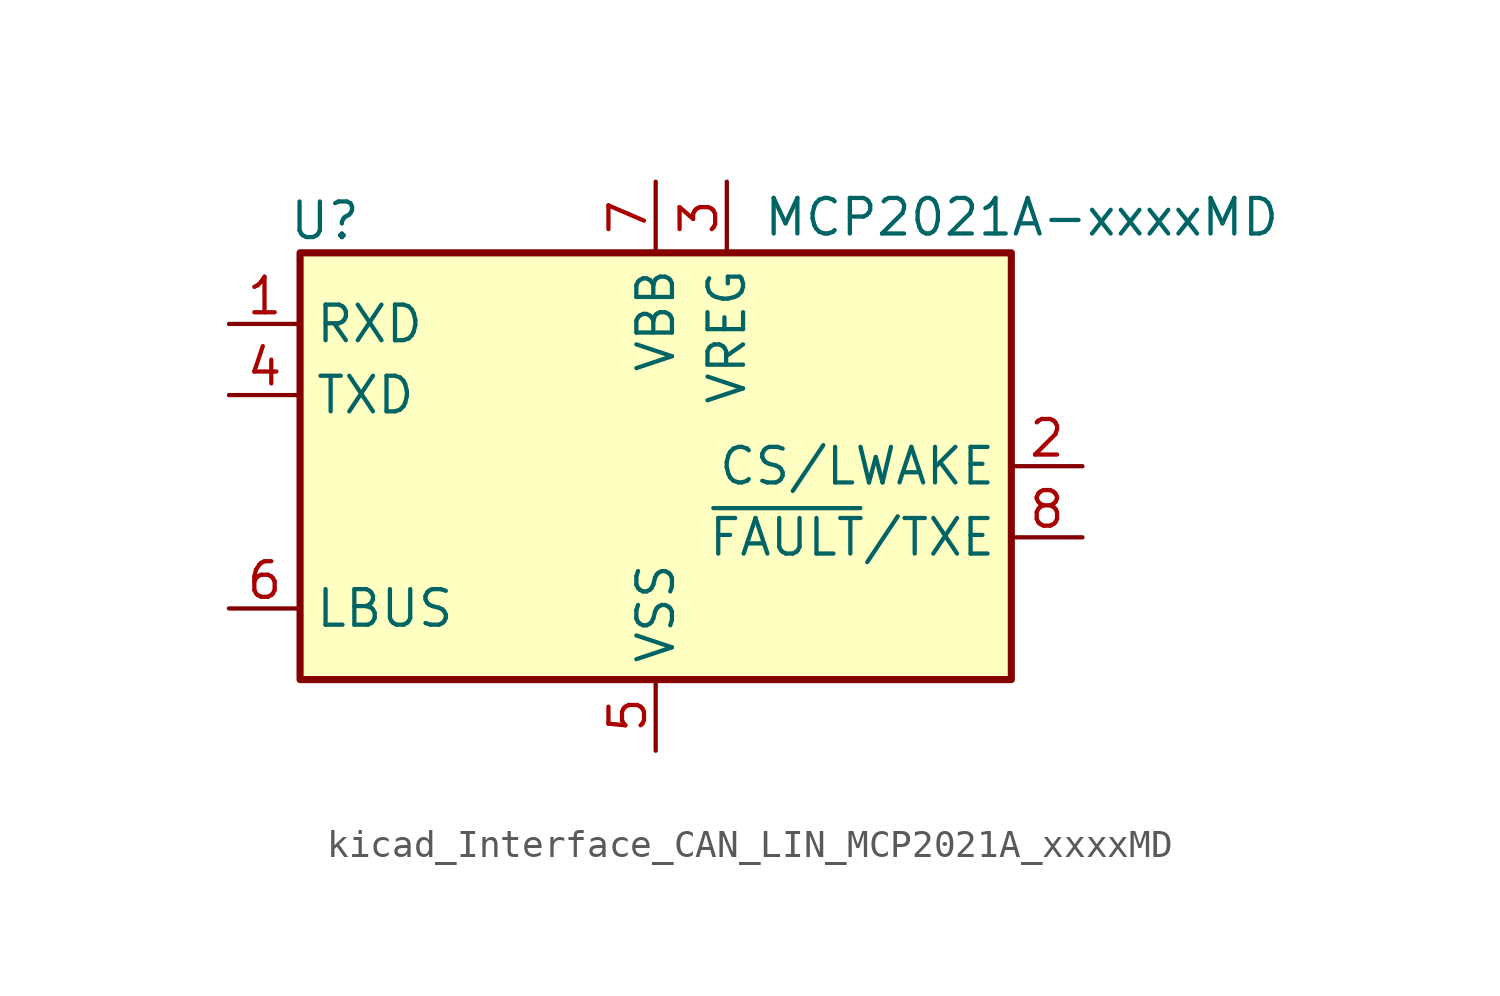
<source format=kicad_sym>
(kicad_symbol_lib
  (version 20220914)
  (generator kicad_symbol_editor)
  (symbol "kicad_Interface_CAN_LIN_MCP2021A_xxxxMD"
    (property "Reference" "U"
      (at -11.811 8.763 0)
      (effects (font (size 1.27 1.27))))
    (property "Value" "MCP2021A-xxxxMD"
      (at 3.81 8.89 0)
      (effects (font (size 1.27 1.27)) (justify left)))
    (symbol "kicad_Interface_CAN_LIN_MCP2021A_xxxxMD_0_1"
      (rectangle (start -12.7 7.62) (end 12.7 -7.62) (stroke (width 0.254) (type default)) (fill (type background))))
    (symbol "kicad_Interface_CAN_LIN_MCP2021A_xxxxMD_1_1"
      (pin output line (at -15.24 5.08 0) (length 2.54) (name "RXD" (effects (font (size 1.27 1.27)))) (number "1" (effects (font (size 1.27 1.27)))))
      (pin input line (at 15.24 0 180) (length 2.54) (name "CS/LWAKE" (effects (font (size 1.27 1.27)))) (number "2" (effects (font (size 1.27 1.27)))))
      (pin power_out line (at 2.54 10.16 270) (length 2.54) (name "VREG" (effects (font (size 1.27 1.27)))) (number "3" (effects (font (size 1.27 1.27)))))
      (pin input line (at -15.24 2.54 0) (length 2.54) (name "TXD" (effects (font (size 1.27 1.27)))) (number "4" (effects (font (size 1.27 1.27)))))
      (pin power_in line (at 0 -10.16 90) (length 2.54) (name "VSS" (effects (font (size 1.27 1.27)))) (number "5" (effects (font (size 1.27 1.27)))))
      (pin open_collector line (at -15.24 -5.08 0) (length 2.54) (name "LBUS" (effects (font (size 1.27 1.27)))) (number "6" (effects (font (size 1.27 1.27)))))
      (pin power_in line (at 0 10.16 270) (length 2.54) (name "VBB" (effects (font (size 1.27 1.27)))) (number "7" (effects (font (size 1.27 1.27)))))
      (pin open_collector line (at 15.24 -2.54 180) (length 2.54) (name "~{FAULT}/TXE" (effects (font (size 1.27 1.27)))) (number "8" (effects (font (size 1.27 1.27)))))
      (pin passive line (at 0 -10.16 90) (length 2.54) hide (name "VSS" (effects (font (size 1.27 1.27)))) (number "9" (effects (font (size 1.27 1.27))))))))
</source>
